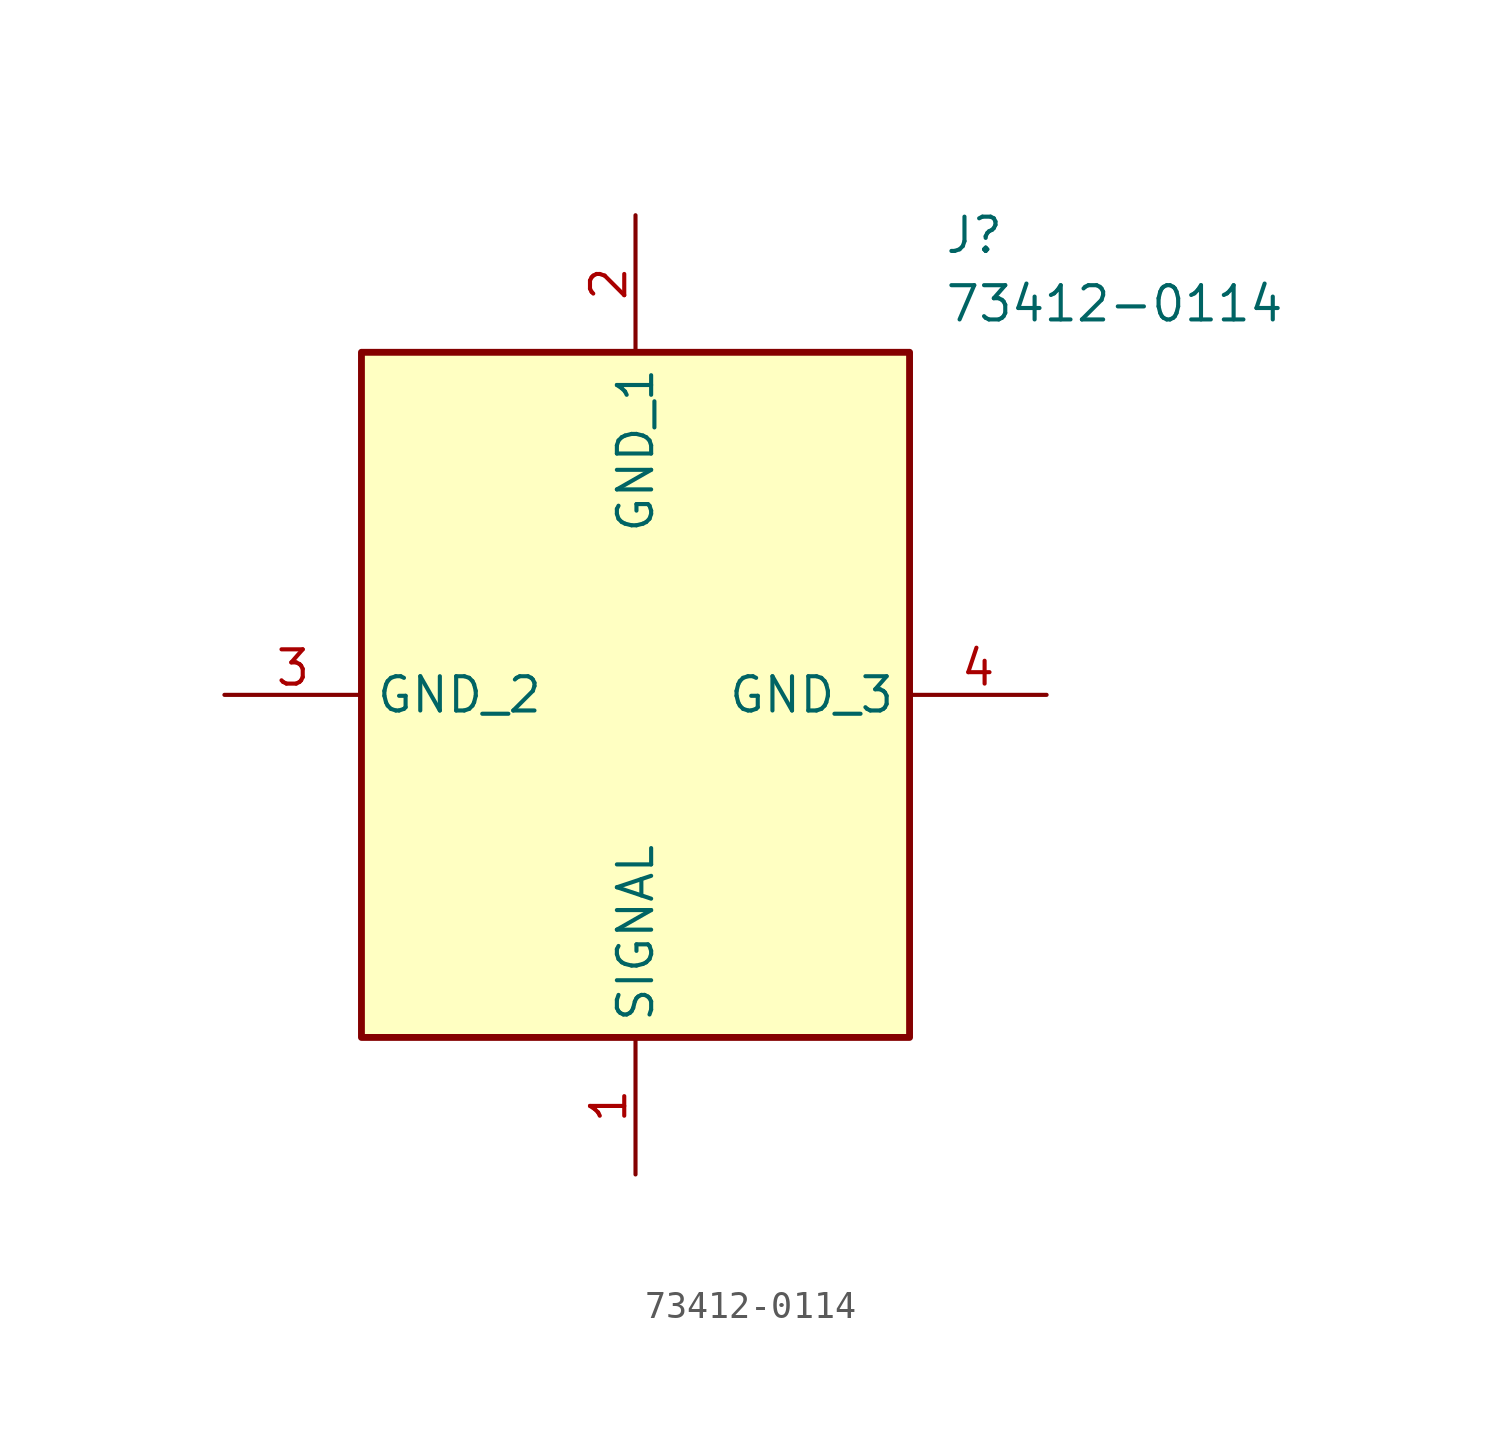
<source format=kicad_sym>
(kicad_symbol_lib
  (version 20211014)
  (generator SamacSys_ECAD_Model)
  (symbol "73412-0114"
    (property "Reference" "J"
      (at 26.67 17.78 0)
      (effects (font (size 1.27 1.27)) (justify left top)))
    (property "Value" "73412-0114"
      (at 26.67 15.24 0)
      (effects (font (size 1.27 1.27)) (justify left top)))
    (rectangle
      (start 5.08 12.7)
      (end 25.4 -12.7)
      (stroke (width 0.254) (type default))
      (fill (type background)))
    (pin passive line
      (at 15.24 -17.78 90)
      (length 5.08)
      (name "SIGNAL" (effects (font (size 1.27 1.27))))
      (number "1" (effects (font (size 1.27 1.27)))))
    (pin passive line
      (at 15.24 17.78 270)
      (length 5.08)
      (name "GND_1" (effects (font (size 1.27 1.27))))
      (number "2" (effects (font (size 1.27 1.27)))))
    (pin passive line
      (at 0 0 0)
      (length 5.08)
      (name "GND_2" (effects (font (size 1.27 1.27))))
      (number "3" (effects (font (size 1.27 1.27)))))
    (pin passive line
      (at 30.48 0 180)
      (length 5.08)
      (name "GND_3" (effects (font (size 1.27 1.27))))
      (number "4" (effects (font (size 1.27 1.27)))))))
</source>
